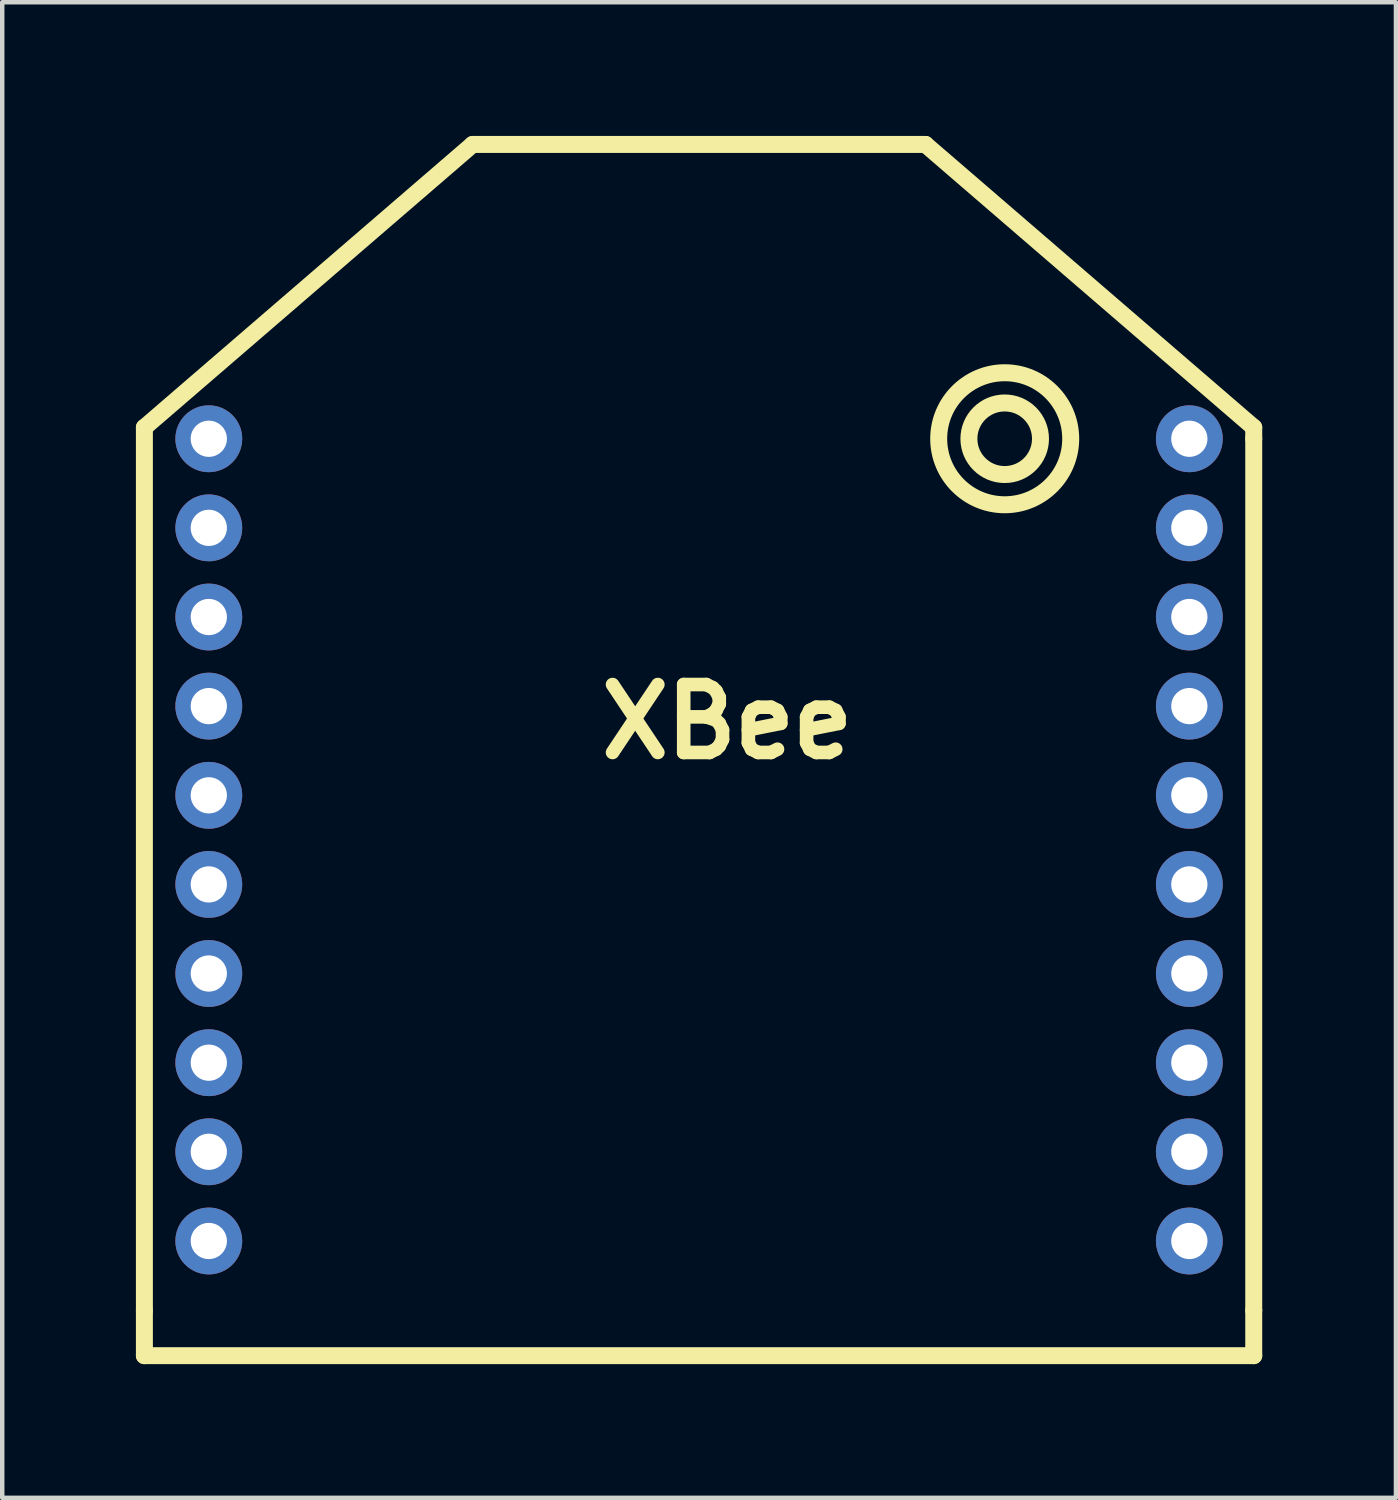
<source format=kicad_pcb>
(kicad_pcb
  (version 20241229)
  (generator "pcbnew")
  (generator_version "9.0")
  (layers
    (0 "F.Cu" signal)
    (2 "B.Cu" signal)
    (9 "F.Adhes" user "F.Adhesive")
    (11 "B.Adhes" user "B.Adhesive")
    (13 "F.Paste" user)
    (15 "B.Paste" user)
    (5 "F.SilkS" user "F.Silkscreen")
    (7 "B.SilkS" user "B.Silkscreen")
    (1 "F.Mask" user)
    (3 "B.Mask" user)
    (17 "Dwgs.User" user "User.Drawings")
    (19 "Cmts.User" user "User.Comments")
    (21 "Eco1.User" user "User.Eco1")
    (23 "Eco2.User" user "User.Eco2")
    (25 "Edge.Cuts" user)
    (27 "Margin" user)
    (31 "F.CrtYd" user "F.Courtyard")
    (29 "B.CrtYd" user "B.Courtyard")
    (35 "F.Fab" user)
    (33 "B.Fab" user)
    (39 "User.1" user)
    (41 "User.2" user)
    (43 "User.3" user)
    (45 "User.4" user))
  (footprint "XBee"
    (layer "F.Cu")
    (at 12.636 6.795)
    (property "Reference" "XBee" (at 0.635 6.35 0) (layer "F.SilkS") (effects (font (size 1.524 1.524) (thickness 0.305))))
    (attr through_hole)
    (fp_line (start -12.446 -0.254) (end -5.08 -6.604) (stroke (width 0.381) (type solid)) (layer "F.SilkS"))
    (fp_line (start -12.446 19.558) (end -12.446 -0.254) (stroke (width 0.381) (type solid)) (layer "F.SilkS"))
    (fp_line (start -12.446 19.558) (end -12.446 20.574) (stroke (width 0.381) (type solid)) (layer "F.SilkS"))
    (fp_line (start -12.446 20.574) (end 12.446 20.574) (stroke (width 0.381) (type solid)) (layer "F.SilkS"))
    (fp_line (start -5.08 -6.604) (end 5.08 -6.604) (stroke (width 0.381) (type solid)) (layer "F.SilkS"))
    (fp_line (start 12.446 -0.254) (end 5.08 -6.604) (stroke (width 0.381) (type solid)) (layer "F.SilkS"))
    (fp_line (start 12.446 0) (end 12.446 -0.254) (stroke (width 0.381) (type solid)) (layer "F.SilkS"))
    (fp_line (start 12.446 19.558) (end 12.446 0) (stroke (width 0.381) (type solid)) (layer "F.SilkS"))
    (fp_line (start 12.446 19.558) (end 12.446 20.574) (stroke (width 0.381) (type solid)) (layer "F.SilkS"))
    (fp_circle (center 6.858 0) (end 7.62 0.254) (stroke (width 0.381) (type solid)) (fill no) (layer "F.SilkS"))
    (fp_circle (center 6.858 0) (end 8.128 0.762) (stroke (width 0.381) (type solid)) (fill no) (layer "F.SilkS"))
    (pad "1" thru_hole circle (at -11.001 0) (size 1.5 1.5) (drill 0.813) (layers "*.Cu"))
    (pad "2" thru_hole circle (at -11.001 1.999) (size 1.5 1.5) (drill 0.813) (layers "*.Cu"))
    (pad "3" thru_hole circle (at -11.001 4) (size 1.5 1.5) (drill 0.813) (layers "*.Cu"))
    (pad "4" thru_hole circle (at -11.001 5.999) (size 1.5 1.5) (drill 0.813) (layers "*.Cu"))
    (pad "5" thru_hole circle (at -11.001 8.001) (size 1.5 1.5) (drill 0.813) (layers "*.Cu"))
    (pad "6" thru_hole circle (at -11.001 10) (size 1.5 1.5) (drill 0.813) (layers "*.Cu"))
    (pad "7" thru_hole circle (at -11.001 11.999) (size 1.5 1.5) (drill 0.813) (layers "*.Cu"))
    (pad "8" thru_hole circle (at -11.001 14) (size 1.5 1.5) (drill 0.813) (layers "*.Cu"))
    (pad "9" thru_hole circle (at -11.001 15.999) (size 1.5 1.5) (drill 0.813) (layers "*.Cu"))
    (pad "10" thru_hole circle (at -11.001 18.001) (size 1.5 1.5) (drill 0.813) (layers "*.Cu"))
    (pad "11" thru_hole circle (at 11.001 18.001) (size 1.5 1.5) (drill 0.813) (layers "*.Cu"))
    (pad "12" thru_hole circle (at 11.001 15.999) (size 1.5 1.5) (drill 0.813) (layers "*.Cu"))
    (pad "13" thru_hole circle (at 11.001 14) (size 1.5 1.5) (drill 0.813) (layers "*.Cu"))
    (pad "14" thru_hole circle (at 11.001 11.999) (size 1.5 1.5) (drill 0.813) (layers "*.Cu"))
    (pad "15" thru_hole circle (at 11.001 10) (size 1.5 1.5) (drill 0.813) (layers "*.Cu"))
    (pad "16" thru_hole circle (at 11.001 8.001) (size 1.5 1.5) (drill 0.813) (layers "*.Cu"))
    (pad "17" thru_hole circle (at 11.001 5.999) (size 1.5 1.5) (drill 0.813) (layers "*.Cu"))
    (pad "18" thru_hole circle (at 11.001 4) (size 1.5 1.5) (drill 0.813) (layers "*.Cu"))
    (pad "19" thru_hole circle (at 11.001 1.999) (size 1.5 1.5) (drill 0.813) (layers "*.Cu"))
    (pad "20" thru_hole circle (at 11.001 0) (size 1.5 1.5) (drill 0.813) (layers "*.Cu")))
  (gr_rect
    (start -3 -3)
    (end 28.273 30.559)
    (stroke (width 0.1) (type default))
    (fill no)
    (layer "Edge.Cuts")))
</source>
